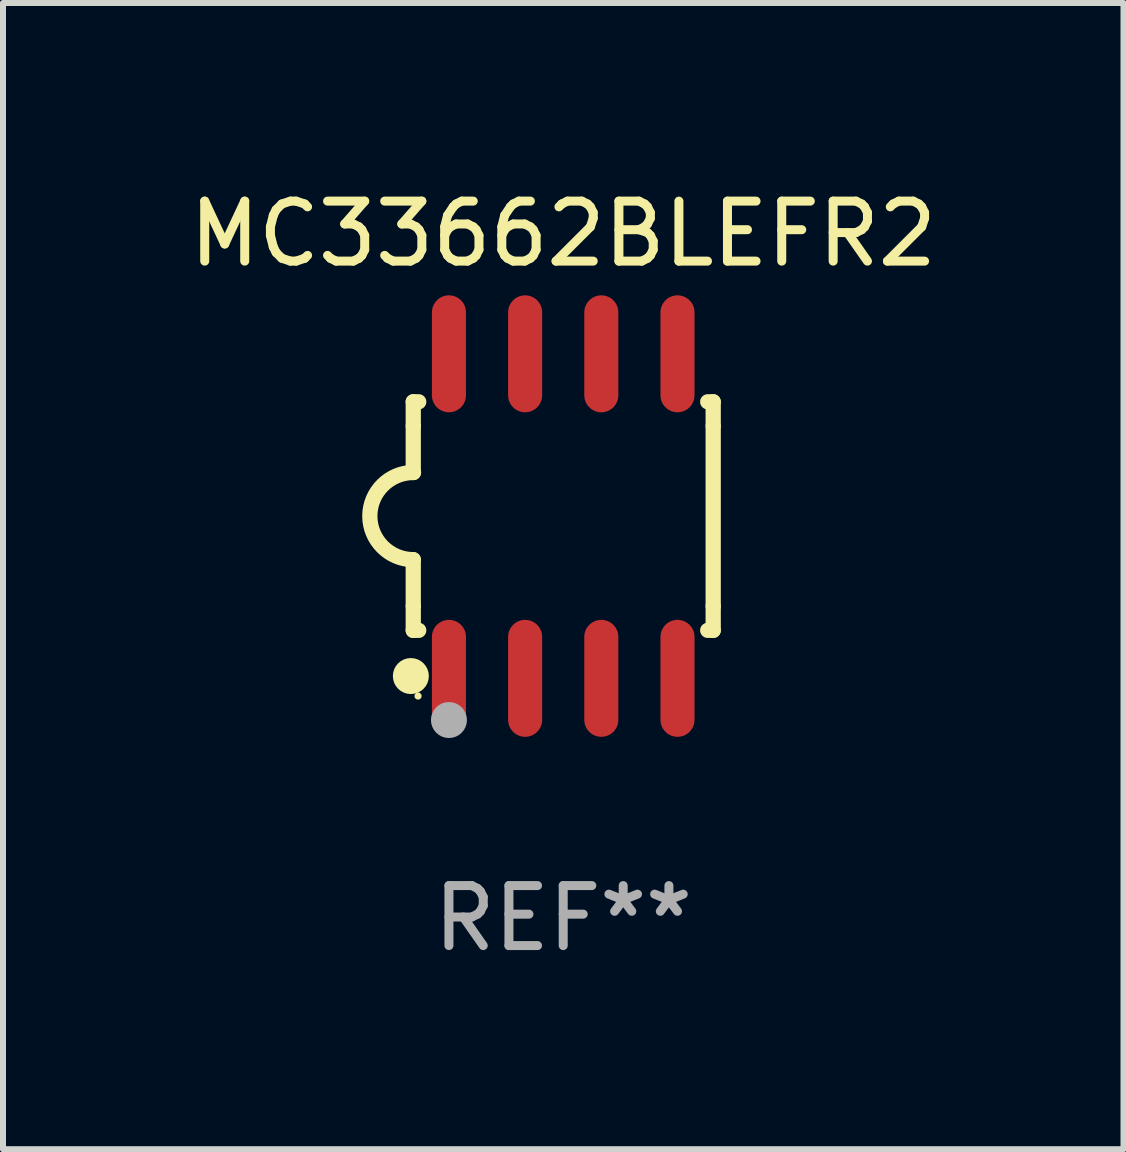
<source format=kicad_pcb>
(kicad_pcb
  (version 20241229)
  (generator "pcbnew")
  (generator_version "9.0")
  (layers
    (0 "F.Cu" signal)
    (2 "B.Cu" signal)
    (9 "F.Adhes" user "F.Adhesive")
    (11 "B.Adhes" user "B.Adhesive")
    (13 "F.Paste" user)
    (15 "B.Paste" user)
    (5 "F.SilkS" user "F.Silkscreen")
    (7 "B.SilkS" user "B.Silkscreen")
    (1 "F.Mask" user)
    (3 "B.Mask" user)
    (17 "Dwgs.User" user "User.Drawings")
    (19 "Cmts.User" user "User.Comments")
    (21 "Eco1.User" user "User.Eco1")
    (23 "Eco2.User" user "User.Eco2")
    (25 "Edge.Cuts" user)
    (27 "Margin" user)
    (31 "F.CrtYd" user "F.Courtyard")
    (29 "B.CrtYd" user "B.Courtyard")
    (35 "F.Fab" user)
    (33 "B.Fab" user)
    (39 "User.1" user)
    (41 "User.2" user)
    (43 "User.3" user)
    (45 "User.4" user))
  (footprint "MC33662BLEFR2"
    (layer "F.Cu")
    (at 6.339 5.553)
    (property "Reference" "MC33662BLEFR2" (at 0 -4.705 0) (layer "F.SilkS") (effects (font (size 1 1) (thickness 0.15))))
    (attr through_hole)
    (fp_line (start -2.5 -1.905) (end -2.409 -1.905) (stroke (width 0.254) (type solid)) (layer "F.SilkS"))
    (fp_line (start -2.5 -1.5) (end -2.5 -1.905) (stroke (width 0.254) (type solid)) (layer "F.SilkS"))
    (fp_line (start -2.5 -1.5) (end -2.5 -0.726) (stroke (width 0.254) (type solid)) (layer "F.SilkS"))
    (fp_line (start -2.5 1.5) (end -2.5 0.727) (stroke (width 0.254) (type solid)) (layer "F.SilkS"))
    (fp_line (start -2.5 1.5) (end -2.5 1.905) (stroke (width 0.254) (type solid)) (layer "F.SilkS"))
    (fp_line (start -2.5 1.905) (end -2.409 1.905) (stroke (width 0.254) (type solid)) (layer "F.SilkS"))
    (fp_line (start 2.5 -1.905) (end 2.409 -1.905) (stroke (width 0.254) (type solid)) (layer "F.SilkS"))
    (fp_line (start 2.5 -1.5) (end 2.5 -1.905) (stroke (width 0.254) (type solid)) (layer "F.SilkS"))
    (fp_line (start 2.5 -1.5) (end 2.5 1.5) (stroke (width 0.254) (type solid)) (layer "F.SilkS"))
    (fp_line (start 2.5 1.5) (end 2.5 1.905) (stroke (width 0.254) (type solid)) (layer "F.SilkS"))
    (fp_line (start 2.5 1.905) (end 2.409 1.905) (stroke (width 0.254) (type solid)) (layer "F.SilkS"))
    (fp_arc (start -2.5 0.726568) (mid -3.220316 -0.0023) (end -2.495097 -0.726289) (stroke (width 0.254001) (type solid)) (layer "F.SilkS"))
    (fp_circle (center -2.54 2.667) (end -2.39 2.667) (stroke (width 0.3) (type solid)) (fill no) (layer "F.SilkS"))
    (fp_circle (center -2.42 3) (end -2.39 3) (stroke (width 0.06) (type solid)) (fill no) (layer "F.SilkS"))
    (fp_circle (center -1.905 3.4) (end -1.755 3.4) (stroke (width 0.3) (type solid)) (fill no) (layer "F.Fab"))
    (fp_text user "REF**" (at 0 6.705 0) (layer "F.Fab") (effects (font (size 1 1) (thickness 0.15))))
    (pad "1" smd oval (at -1.905 2.705) (size 0.568 1.95) (layers "F.Cu" "F.Mask" "F.Paste"))
    (pad "2" smd oval (at -0.635 2.705) (size 0.568 1.95) (layers "F.Cu" "F.Mask" "F.Paste"))
    (pad "3" smd oval (at 0.635 2.705) (size 0.568 1.95) (layers "F.Cu" "F.Mask" "F.Paste"))
    (pad "4" smd oval (at 1.905 2.705) (size 0.568 1.95) (layers "F.Cu" "F.Mask" "F.Paste"))
    (pad "5" smd oval (at 1.905 -2.705) (size 0.568 1.95) (layers "F.Cu" "F.Mask" "F.Paste"))
    (pad "6" smd oval (at 0.635 -2.705) (size 0.568 1.95) (layers "F.Cu" "F.Mask" "F.Paste"))
    (pad "7" smd oval (at -0.635 -2.705) (size 0.568 1.95) (layers "F.Cu" "F.Mask" "F.Paste"))
    (pad "8" smd oval (at -1.905 -2.705) (size 0.568 1.95) (layers "F.Cu" "F.Mask" "F.Paste")))
  (gr_rect
    (start -3 -3)
    (end 15.679 16.107)
    (stroke (width 0.1) (type default))
    (fill no)
    (layer "Edge.Cuts")))
</source>
